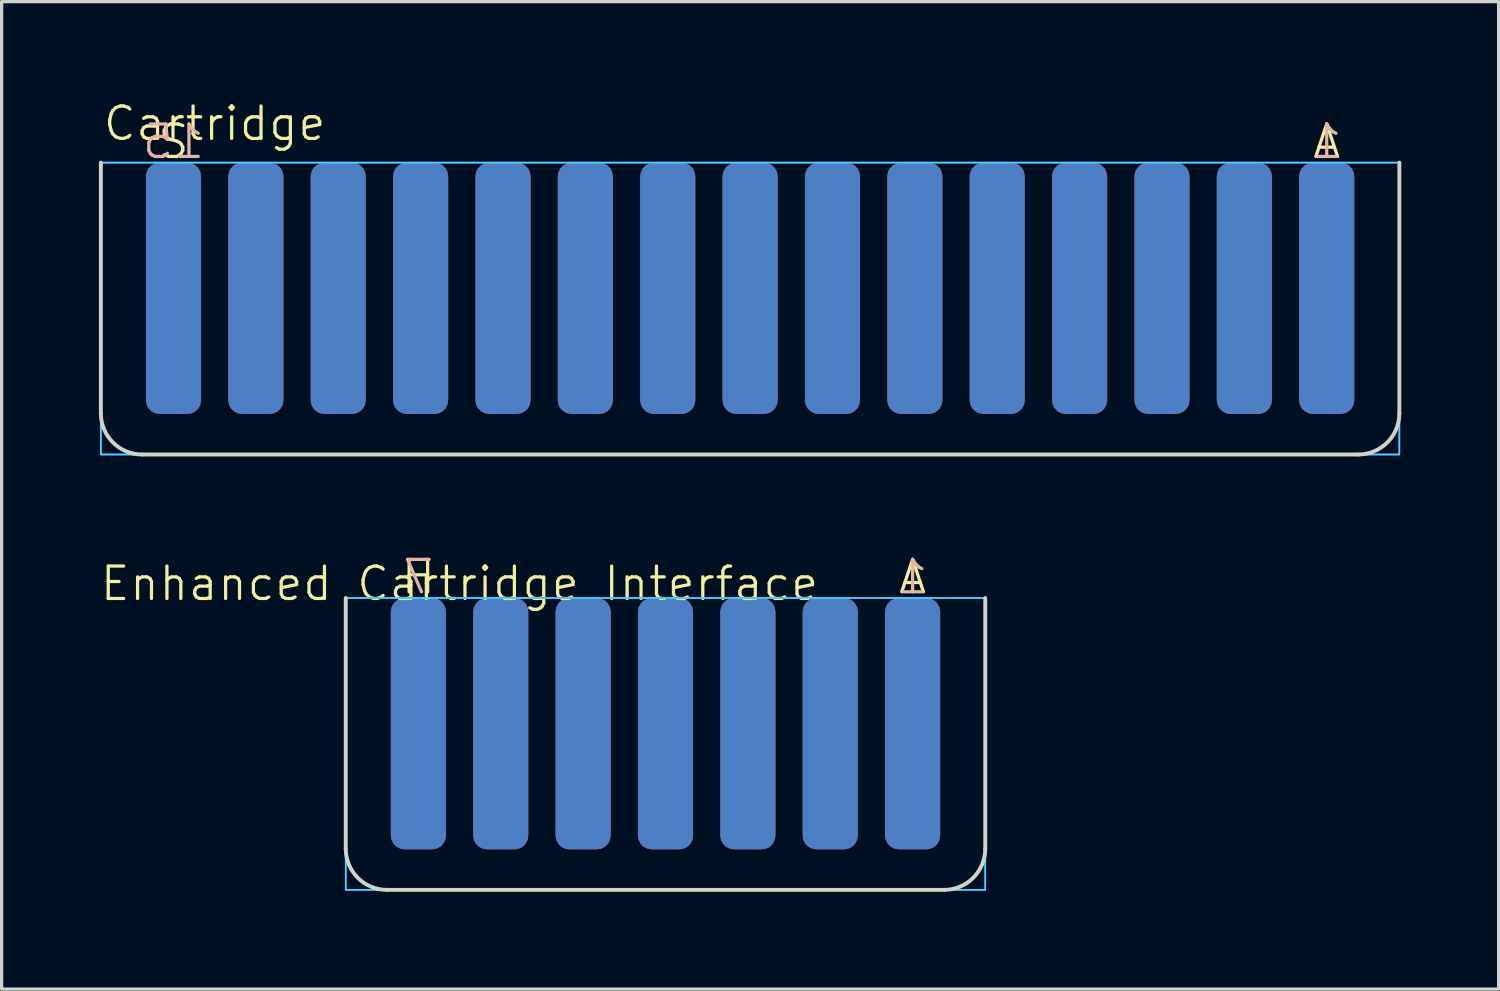
<source format=kicad_pcb>
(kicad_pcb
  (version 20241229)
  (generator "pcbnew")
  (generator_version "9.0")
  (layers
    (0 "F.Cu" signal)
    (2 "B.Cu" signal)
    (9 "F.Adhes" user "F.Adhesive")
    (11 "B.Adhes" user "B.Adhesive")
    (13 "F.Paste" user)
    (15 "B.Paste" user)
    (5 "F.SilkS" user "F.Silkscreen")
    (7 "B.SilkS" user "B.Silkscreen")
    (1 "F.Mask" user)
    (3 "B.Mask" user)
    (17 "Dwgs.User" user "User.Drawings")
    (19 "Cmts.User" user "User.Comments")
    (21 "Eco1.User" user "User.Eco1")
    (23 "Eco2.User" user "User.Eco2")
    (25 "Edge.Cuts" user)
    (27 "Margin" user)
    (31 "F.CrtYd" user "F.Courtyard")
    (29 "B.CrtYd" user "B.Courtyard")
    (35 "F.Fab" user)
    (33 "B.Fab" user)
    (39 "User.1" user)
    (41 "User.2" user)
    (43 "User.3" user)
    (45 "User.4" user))
  (footprint "Enhanced Cartridge Interface"
    (layer "F.Cu")
    (at 25.091 19.265)
    (property "Reference" "Enhanced Cartridge Interface" (at -13.97 -4.318 0) (unlocked yes) (layer "F.SilkS") (effects (font (size 1 1) (thickness 0.1))))
    (fp_rect (start -17.48 5.125) (end 2.24 -3.875) (stroke (width 0) (type solid)) (fill yes) (layer "F.Mask"))
    (fp_rect (start -17.48 5.125) (end 2.24 -3.875) (stroke (width 0) (type solid)) (fill yes) (layer "B.Mask"))
    (fp_line (start -17.48 -3.875) (end -17.48 3.855) (stroke (width 0.12) (type solid)) (layer "Edge.Cuts"))
    (fp_line (start -16.21 5.125) (end 0.97 5.125) (stroke (width 0.12) (type solid)) (layer "Edge.Cuts"))
    (fp_line (start 2.24 -3.875) (end 2.24 3.855) (stroke (width 0.12) (type solid)) (layer "Edge.Cuts"))
    (fp_arc (start -16.21 5.125) (mid -17.108026 4.753026) (end -17.48 3.855) (stroke (width 0.12) (type solid)) (layer "Edge.Cuts"))
    (fp_arc (start 2.24 3.855) (mid 1.868026 4.753026) (end 0.97 5.125) (stroke (width 0.12) (type solid)) (layer "Edge.Cuts"))
    (fp_rect (start -17.48 -3.875) (end 2.24 5.125) (stroke (width 0.05) (type solid)) (fill no) (layer "B.CrtYd"))
    (fp_rect (start -17.48 -3.875) (end 2.24 5.125) (stroke (width 0.05) (type solid)) (fill no) (layer "F.CrtYd"))
    (fp_text user "H" (at -15.24 -3.939 0) (unlocked yes) (layer "F.SilkS") (effects (font (size 1 1) (thickness 0.1)) (justify bottom)))
    (fp_text user "A" (at 0 -3.939 0) (unlocked yes) (layer "F.SilkS") (effects (font (size 1 1) (thickness 0.1)) (justify bottom)))
    (fp_text user "1" (at 0 -3.939 0) (unlocked yes) (layer "B.SilkS") (effects (font (size 1 1) (thickness 0.1)) (justify bottom mirror)))
    (fp_text user "7" (at -15.24 -3.939 0) (unlocked yes) (layer "B.SilkS") (effects (font (size 1 1) (thickness 0.1)) (justify bottom mirror)))
    (pad "1" connect roundrect (at 0 0) (size 1.7 7.75) (layers "B.Cu" "B.Mask") (roundrect_rratio 0.25))
    (pad "2" connect roundrect (at -2.54 0) (size 1.7 7.75) (layers "B.Cu" "B.Mask") (roundrect_rratio 0.25))
    (pad "3" connect roundrect (at -5.08 0) (size 1.7 7.75) (layers "B.Cu" "B.Mask") (roundrect_rratio 0.25))
    (pad "4" connect roundrect (at -7.62 0) (size 1.7 7.75) (layers "B.Cu" "B.Mask") (roundrect_rratio 0.25))
    (pad "5" connect roundrect (at -10.16 0) (size 1.7 7.75) (layers "B.Cu" "B.Mask") (roundrect_rratio 0.25))
    (pad "6" connect roundrect (at -12.7 0) (size 1.7 7.75) (layers "B.Cu" "B.Mask") (roundrect_rratio 0.25))
    (pad "7" connect roundrect (at -15.24 0) (size 1.7 7.75) (layers "B.Cu" "B.Mask") (roundrect_rratio 0.25))
    (pad "A" connect roundrect (at 0 0) (size 1.7 7.75) (layers "F.Cu" "F.Mask") (roundrect_rratio 0.25))
    (pad "B" connect roundrect (at -2.54 0) (size 1.7 7.75) (layers "F.Cu" "F.Mask") (roundrect_rratio 0.25))
    (pad "C" connect roundrect (at -5.08 0) (size 1.7 7.75) (layers "F.Cu" "F.Mask") (roundrect_rratio 0.25))
    (pad "D" connect roundrect (at -7.62 0) (size 1.7 7.75) (layers "F.Cu" "F.Mask") (roundrect_rratio 0.25))
    (pad "E" connect roundrect (at -10.16 0) (size 1.7 7.75) (layers "F.Cu" "F.Mask") (roundrect_rratio 0.25))
    (pad "F" connect roundrect (at -12.7 0) (size 1.7 7.75) (layers "F.Cu" "F.Mask") (roundrect_rratio 0.25))
    (pad "H" connect roundrect (at -15.24 0) (size 1.7 7.75) (layers "F.Cu" "F.Mask") (roundrect_rratio 0.25)))
  (footprint "Cartridge"
    (layer "F.Cu")
    (at 37.86 5.84)
    (property "Reference" "Cartridge" (at -34.29 -5.08 0) (unlocked yes) (layer "F.SilkS") (effects (font (size 1 1) (thickness 0.1))))
    (fp_rect (start -37.8 5.125) (end 2.24 -3.875) (stroke (width 0) (type solid)) (fill yes) (layer "F.Mask"))
    (fp_rect (start -37.8 5.125) (end 2.24 -3.875) (stroke (width 0) (type solid)) (fill yes) (layer "B.Mask"))
    (fp_line (start -37.8 -3.875) (end -37.8 3.855) (stroke (width 0.12) (type solid)) (layer "Edge.Cuts"))
    (fp_line (start -36.53 5.125) (end 0.97 5.125) (stroke (width 0.12) (type solid)) (layer "Edge.Cuts"))
    (fp_line (start 2.24 -3.875) (end 2.24 3.855) (stroke (width 0.12) (type solid)) (layer "Edge.Cuts"))
    (fp_arc (start -36.53 5.125) (mid -37.428026 4.753026) (end -37.8 3.855) (stroke (width 0.12) (type solid)) (layer "Edge.Cuts"))
    (fp_arc (start 2.24 3.855) (mid 1.868026 4.753026) (end 0.97 5.125) (stroke (width 0.12) (type solid)) (layer "Edge.Cuts"))
    (fp_rect (start -37.8 -3.875) (end 2.24 5.125) (stroke (width 0.05) (type solid)) (fill no) (layer "B.CrtYd"))
    (fp_rect (start -37.8 -3.875) (end 2.24 5.125) (stroke (width 0.05) (type solid)) (fill no) (layer "F.CrtYd"))
    (fp_text user "A" (at 0 -3.939 0) (unlocked yes) (layer "F.SilkS") (effects (font (size 1 1) (thickness 0.1)) (justify bottom)))
    (fp_text user "S" (at -35.56 -3.939 0) (unlocked yes) (layer "F.SilkS") (effects (font (size 1 1) (thickness 0.1)) (justify bottom)))
    (fp_text user "1" (at 0 -3.939 0) (unlocked yes) (layer "B.SilkS") (effects (font (size 1 1) (thickness 0.1)) (justify bottom mirror)))
    (fp_text user "15" (at -35.56 -3.939 0) (unlocked yes) (layer "B.SilkS") (effects (font (size 1 1) (thickness 0.1)) (justify bottom mirror)))
    (pad "1" connect roundrect (at 0 0) (size 1.7 7.75) (layers "B.Cu" "B.Mask") (roundrect_rratio 0.25))
    (pad "2" connect roundrect (at -2.54 0) (size 1.7 7.75) (layers "B.Cu" "B.Mask") (roundrect_rratio 0.25))
    (pad "3" connect roundrect (at -5.08 0) (size 1.7 7.75) (layers "B.Cu" "B.Mask") (roundrect_rratio 0.25))
    (pad "4" connect roundrect (at -7.62 0) (size 1.7 7.75) (layers "B.Cu" "B.Mask") (roundrect_rratio 0.25))
    (pad "5" connect roundrect (at -10.16 0) (size 1.7 7.75) (layers "B.Cu" "B.Mask") (roundrect_rratio 0.25))
    (pad "6" connect roundrect (at -12.7 0) (size 1.7 7.75) (layers "B.Cu" "B.Mask") (roundrect_rratio 0.25))
    (pad "7" connect roundrect (at -15.24 0) (size 1.7 7.75) (layers "B.Cu" "B.Mask") (roundrect_rratio 0.25))
    (pad "8" connect roundrect (at -17.78 0) (size 1.7 7.75) (layers "B.Cu" "B.Mask") (roundrect_rratio 0.25))
    (pad "9" connect roundrect (at -20.32 0) (size 1.7 7.75) (layers "B.Cu" "B.Mask") (roundrect_rratio 0.25))
    (pad "10" connect roundrect (at -22.86 0) (size 1.7 7.75) (layers "B.Cu" "B.Mask") (roundrect_rratio 0.25))
    (pad "11" connect roundrect (at -25.4 0) (size 1.7 7.75) (layers "B.Cu" "B.Mask") (roundrect_rratio 0.25))
    (pad "12" connect roundrect (at -27.94 0) (size 1.7 7.75) (layers "B.Cu" "B.Mask") (roundrect_rratio 0.25))
    (pad "13" connect roundrect (at -30.48 0) (size 1.7 7.75) (layers "B.Cu" "B.Mask") (roundrect_rratio 0.25))
    (pad "14" connect roundrect (at -33.02 0) (size 1.7 7.75) (layers "B.Cu" "B.Mask") (roundrect_rratio 0.25))
    (pad "15" connect roundrect (at -35.56 0) (size 1.7 7.75) (layers "B.Cu" "B.Mask") (roundrect_rratio 0.25))
    (pad "A" connect roundrect (at 0 0) (size 1.7 7.75) (layers "F.Cu" "F.Mask") (roundrect_rratio 0.25))
    (pad "B" connect roundrect (at -2.54 0) (size 1.7 7.75) (layers "F.Cu" "F.Mask") (roundrect_rratio 0.25))
    (pad "C" connect roundrect (at -5.08 0) (size 1.7 7.75) (layers "F.Cu" "F.Mask") (roundrect_rratio 0.25))
    (pad "D" connect roundrect (at -7.62 0) (size 1.7 7.75) (layers "F.Cu" "F.Mask") (roundrect_rratio 0.25))
    (pad "E" connect roundrect (at -10.16 0) (size 1.7 7.75) (layers "F.Cu" "F.Mask") (roundrect_rratio 0.25))
    (pad "F" connect roundrect (at -12.7 0) (size 1.7 7.75) (layers "F.Cu" "F.Mask") (roundrect_rratio 0.25))
    (pad "H" connect roundrect (at -15.24 0) (size 1.7 7.75) (layers "F.Cu" "F.Mask") (roundrect_rratio 0.25))
    (pad "J" connect roundrect (at -17.78 0) (size 1.7 7.75) (layers "F.Cu" "F.Mask") (roundrect_rratio 0.25))
    (pad "K" connect roundrect (at -20.32 0) (size 1.7 7.75) (layers "F.Cu" "F.Mask") (roundrect_rratio 0.25))
    (pad "L" connect roundrect (at -22.86 0) (size 1.7 7.75) (layers "F.Cu" "F.Mask") (roundrect_rratio 0.25))
    (pad "M" connect roundrect (at -25.4 0) (size 1.7 7.75) (layers "F.Cu" "F.Mask") (roundrect_rratio 0.25))
    (pad "N" connect roundrect (at -27.94 0) (size 1.7 7.75) (layers "F.Cu" "F.Mask") (roundrect_rratio 0.25))
    (pad "P" connect roundrect (at -30.48 0) (size 1.7 7.75) (layers "F.Cu" "F.Mask") (roundrect_rratio 0.25))
    (pad "R" connect roundrect (at -33.02 0) (size 1.7 7.75) (layers "F.Cu" "F.Mask") (roundrect_rratio 0.25))
    (pad "S" connect roundrect (at -35.56 0) (size 1.7 7.75) (layers "F.Cu" "F.Mask") (roundrect_rratio 0.25)))
  (gr_rect
    (start -3 -3)
    (end 43.16 27.45)
    (stroke (width 0.1) (type default))
    (fill no)
    (layer "Edge.Cuts")))
</source>
